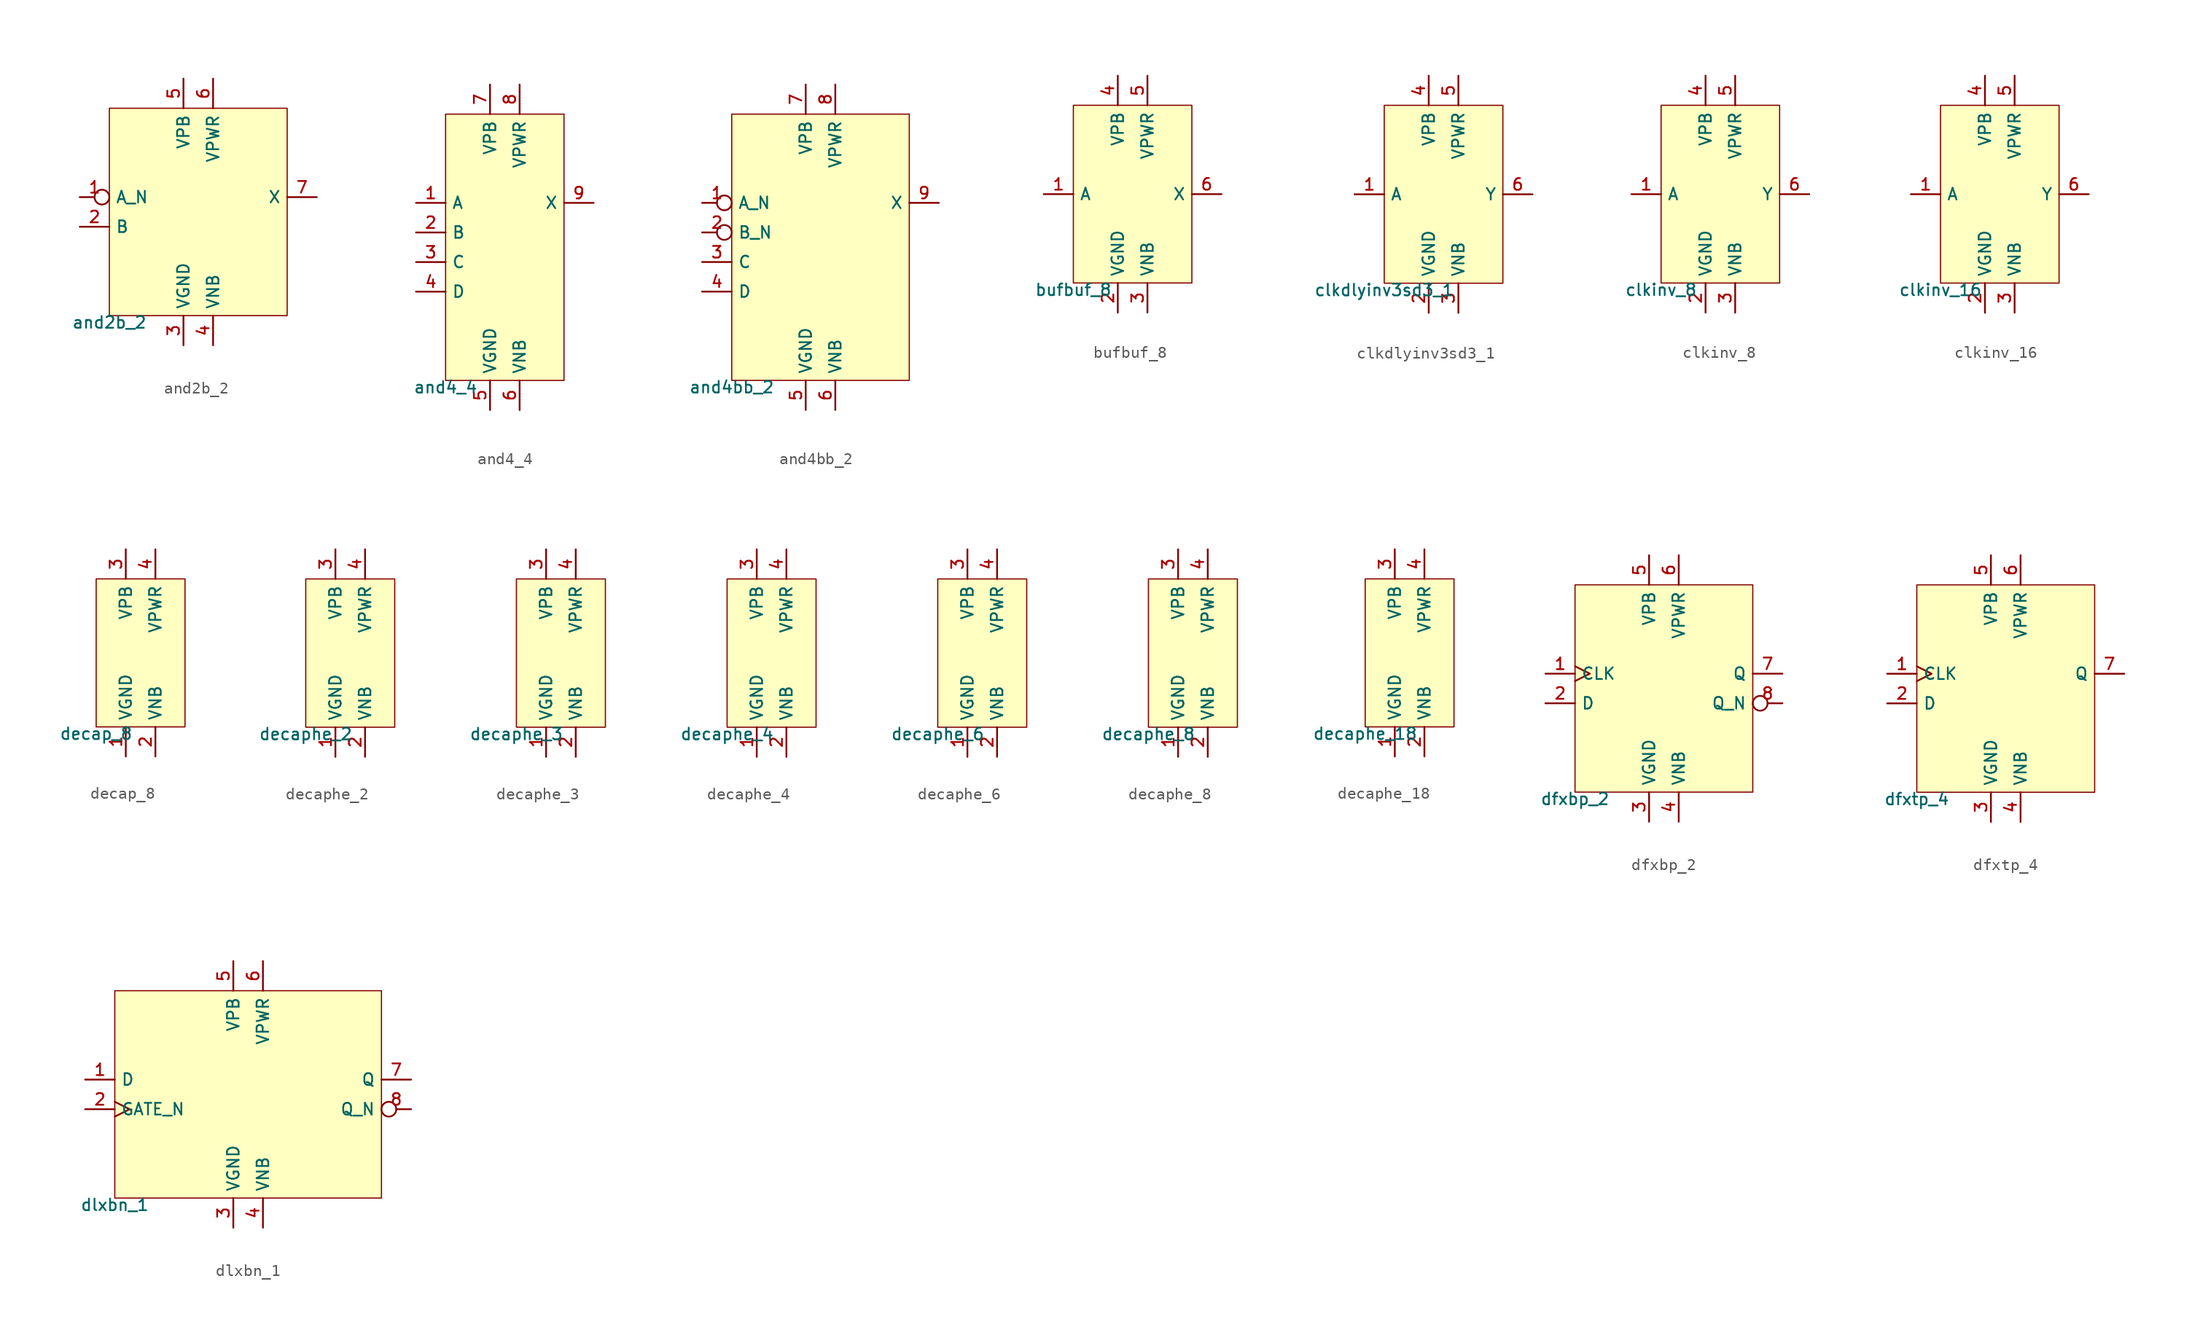
<source format=kicad_sym>
(kicad_symbol_lib
  (version 20211014)
  (generator pdk2kicad)
  (symbol "and2b_2"
    (property "Reference" "X"
      (at 0 0 0)
      (effects (font (size 1 1)) hide))
    (property "Value" "and2b_2"
      (at -7.62 -8.89 0)
      (effects (font (size 1 1)) (justify top)))
    (rectangle
      (start -7.62 -8.89)
      (end 7.62 8.89)
      (stroke (width 0.1) (type solid) (color 0 0 0 0))
      (fill (type background)))
    (pin input inverted
      (at -10.16 1.27 0)
      (length 2.54)
      (name "A_N" (effects (font (size 1 1)) hide))
      (number "1" (effects (font (size 1 1)) hide)))
    (pin input line
      (at -10.16 -1.27 0)
      (length 2.54)
      (name "B" (effects (font (size 1 1)) hide))
      (number "2" (effects (font (size 1 1)) hide)))
    (pin power_in line
      (at -1.27 -11.43 90)
      (length 2.54)
      (name "VGND" (effects (font (size 1 1)) hide))
      (number "3" (effects (font (size 1 1)) hide)))
    (pin power_in line
      (at 1.27 -11.43 90)
      (length 2.54)
      (name "VNB" (effects (font (size 1 1)) hide))
      (number "4" (effects (font (size 1 1)) hide)))
    (pin power_in line
      (at -1.27 11.43 270)
      (length 2.54)
      (name "VPB" (effects (font (size 1 1)) hide))
      (number "5" (effects (font (size 1 1)) hide)))
    (pin power_in line
      (at 1.27 11.43 270)
      (length 2.54)
      (name "VPWR" (effects (font (size 1 1)) hide))
      (number "6" (effects (font (size 1 1)) hide)))
    (pin output line
      (at 10.16 1.27 180)
      (length 2.54)
      (name "X" (effects (font (size 1 1)) hide))
      (number "7" (effects (font (size 1 1)) hide))))
  (symbol "and4_4"
    (property "Reference" "X"
      (at 0 0 0)
      (effects (font (size 1 1)) hide))
    (property "Value" "and4_4"
      (at -5.08 -11.43 0)
      (effects (font (size 1 1)) (justify top)))
    (rectangle
      (start -5.08 -11.43)
      (end 5.08 11.43)
      (stroke (width 0.1) (type solid) (color 0 0 0 0))
      (fill (type background)))
    (pin input line
      (at -7.62 3.81 0)
      (length 2.54)
      (name "A" (effects (font (size 1 1)) hide))
      (number "1" (effects (font (size 1 1)) hide)))
    (pin input line
      (at -7.62 1.27 0)
      (length 2.54)
      (name "B" (effects (font (size 1 1)) hide))
      (number "2" (effects (font (size 1 1)) hide)))
    (pin input line
      (at -7.62 -1.27 0)
      (length 2.54)
      (name "C" (effects (font (size 1 1)) hide))
      (number "3" (effects (font (size 1 1)) hide)))
    (pin input line
      (at -7.62 -3.81 0)
      (length 2.54)
      (name "D" (effects (font (size 1 1)) hide))
      (number "4" (effects (font (size 1 1)) hide)))
    (pin power_in line
      (at -1.27 -13.97 90)
      (length 2.54)
      (name "VGND" (effects (font (size 1 1)) hide))
      (number "5" (effects (font (size 1 1)) hide)))
    (pin power_in line
      (at 1.27 -13.97 90)
      (length 2.54)
      (name "VNB" (effects (font (size 1 1)) hide))
      (number "6" (effects (font (size 1 1)) hide)))
    (pin power_in line
      (at -1.27 13.97 270)
      (length 2.54)
      (name "VPB" (effects (font (size 1 1)) hide))
      (number "7" (effects (font (size 1 1)) hide)))
    (pin power_in line
      (at 1.27 13.97 270)
      (length 2.54)
      (name "VPWR" (effects (font (size 1 1)) hide))
      (number "8" (effects (font (size 1 1)) hide)))
    (pin output line
      (at 7.62 3.81 180)
      (length 2.54)
      (name "X" (effects (font (size 1 1)) hide))
      (number "9" (effects (font (size 1 1)) hide))))
  (symbol "and4bb_2"
    (property "Reference" "X"
      (at 0 0 0)
      (effects (font (size 1 1)) hide))
    (property "Value" "and4bb_2"
      (at -7.62 -11.43 0)
      (effects (font (size 1 1)) (justify top)))
    (rectangle
      (start -7.62 -11.43)
      (end 7.62 11.43)
      (stroke (width 0.1) (type solid) (color 0 0 0 0))
      (fill (type background)))
    (pin input inverted
      (at -10.16 3.81 0)
      (length 2.54)
      (name "A_N" (effects (font (size 1 1)) hide))
      (number "1" (effects (font (size 1 1)) hide)))
    (pin input inverted
      (at -10.16 1.27 0)
      (length 2.54)
      (name "B_N" (effects (font (size 1 1)) hide))
      (number "2" (effects (font (size 1 1)) hide)))
    (pin input line
      (at -10.16 -1.27 0)
      (length 2.54)
      (name "C" (effects (font (size 1 1)) hide))
      (number "3" (effects (font (size 1 1)) hide)))
    (pin input line
      (at -10.16 -3.81 0)
      (length 2.54)
      (name "D" (effects (font (size 1 1)) hide))
      (number "4" (effects (font (size 1 1)) hide)))
    (pin power_in line
      (at -1.27 -13.97 90)
      (length 2.54)
      (name "VGND" (effects (font (size 1 1)) hide))
      (number "5" (effects (font (size 1 1)) hide)))
    (pin power_in line
      (at 1.27 -13.97 90)
      (length 2.54)
      (name "VNB" (effects (font (size 1 1)) hide))
      (number "6" (effects (font (size 1 1)) hide)))
    (pin power_in line
      (at -1.27 13.97 270)
      (length 2.54)
      (name "VPB" (effects (font (size 1 1)) hide))
      (number "7" (effects (font (size 1 1)) hide)))
    (pin power_in line
      (at 1.27 13.97 270)
      (length 2.54)
      (name "VPWR" (effects (font (size 1 1)) hide))
      (number "8" (effects (font (size 1 1)) hide)))
    (pin output line
      (at 10.16 3.81 180)
      (length 2.54)
      (name "X" (effects (font (size 1 1)) hide))
      (number "9" (effects (font (size 1 1)) hide))))
  (symbol "bufbuf_8"
    (property "Reference" "X"
      (at 0 0 0)
      (effects (font (size 1 1)) hide))
    (property "Value" "bufbuf_8"
      (at -5.08 -7.62 0)
      (effects (font (size 1 1)) (justify top)))
    (rectangle
      (start -5.08 -7.62)
      (end 5.08 7.62)
      (stroke (width 0.1) (type solid) (color 0 0 0 0))
      (fill (type background)))
    (pin input line
      (at -7.62 0.0 0)
      (length 2.54)
      (name "A" (effects (font (size 1 1)) hide))
      (number "1" (effects (font (size 1 1)) hide)))
    (pin power_in line
      (at -1.27 -10.16 90)
      (length 2.54)
      (name "VGND" (effects (font (size 1 1)) hide))
      (number "2" (effects (font (size 1 1)) hide)))
    (pin power_in line
      (at 1.27 -10.16 90)
      (length 2.54)
      (name "VNB" (effects (font (size 1 1)) hide))
      (number "3" (effects (font (size 1 1)) hide)))
    (pin power_in line
      (at -1.27 10.16 270)
      (length 2.54)
      (name "VPB" (effects (font (size 1 1)) hide))
      (number "4" (effects (font (size 1 1)) hide)))
    (pin power_in line
      (at 1.27 10.16 270)
      (length 2.54)
      (name "VPWR" (effects (font (size 1 1)) hide))
      (number "5" (effects (font (size 1 1)) hide)))
    (pin output line
      (at 7.62 0.0 180)
      (length 2.54)
      (name "X" (effects (font (size 1 1)) hide))
      (number "6" (effects (font (size 1 1)) hide))))
  (symbol "clkdlyinv3sd3_1"
    (property "Reference" "X"
      (at 0 0 0)
      (effects (font (size 1 1)) hide))
    (property "Value" "clkdlyinv3sd3_1"
      (at -5.08 -7.62 0)
      (effects (font (size 1 1)) (justify top)))
    (rectangle
      (start -5.08 -7.62)
      (end 5.08 7.62)
      (stroke (width 0.1) (type solid) (color 0 0 0 0))
      (fill (type background)))
    (pin input line
      (at -7.62 0.0 0)
      (length 2.54)
      (name "A" (effects (font (size 1 1)) hide))
      (number "1" (effects (font (size 1 1)) hide)))
    (pin power_in line
      (at -1.27 -10.16 90)
      (length 2.54)
      (name "VGND" (effects (font (size 1 1)) hide))
      (number "2" (effects (font (size 1 1)) hide)))
    (pin power_in line
      (at 1.27 -10.16 90)
      (length 2.54)
      (name "VNB" (effects (font (size 1 1)) hide))
      (number "3" (effects (font (size 1 1)) hide)))
    (pin power_in line
      (at -1.27 10.16 270)
      (length 2.54)
      (name "VPB" (effects (font (size 1 1)) hide))
      (number "4" (effects (font (size 1 1)) hide)))
    (pin power_in line
      (at 1.27 10.16 270)
      (length 2.54)
      (name "VPWR" (effects (font (size 1 1)) hide))
      (number "5" (effects (font (size 1 1)) hide)))
    (pin output line
      (at 7.62 0.0 180)
      (length 2.54)
      (name "Y" (effects (font (size 1 1)) hide))
      (number "6" (effects (font (size 1 1)) hide))))
  (symbol "clkinv_8"
    (property "Reference" "X"
      (at 0 0 0)
      (effects (font (size 1 1)) hide))
    (property "Value" "clkinv_8"
      (at -5.08 -7.62 0)
      (effects (font (size 1 1)) (justify top)))
    (rectangle
      (start -5.08 -7.62)
      (end 5.08 7.62)
      (stroke (width 0.1) (type solid) (color 0 0 0 0))
      (fill (type background)))
    (pin input line
      (at -7.62 0.0 0)
      (length 2.54)
      (name "A" (effects (font (size 1 1)) hide))
      (number "1" (effects (font (size 1 1)) hide)))
    (pin power_in line
      (at -1.27 -10.16 90)
      (length 2.54)
      (name "VGND" (effects (font (size 1 1)) hide))
      (number "2" (effects (font (size 1 1)) hide)))
    (pin power_in line
      (at 1.27 -10.16 90)
      (length 2.54)
      (name "VNB" (effects (font (size 1 1)) hide))
      (number "3" (effects (font (size 1 1)) hide)))
    (pin power_in line
      (at -1.27 10.16 270)
      (length 2.54)
      (name "VPB" (effects (font (size 1 1)) hide))
      (number "4" (effects (font (size 1 1)) hide)))
    (pin power_in line
      (at 1.27 10.16 270)
      (length 2.54)
      (name "VPWR" (effects (font (size 1 1)) hide))
      (number "5" (effects (font (size 1 1)) hide)))
    (pin output line
      (at 7.62 0.0 180)
      (length 2.54)
      (name "Y" (effects (font (size 1 1)) hide))
      (number "6" (effects (font (size 1 1)) hide))))
  (symbol "clkinv_16"
    (property "Reference" "X"
      (at 0 0 0)
      (effects (font (size 1 1)) hide))
    (property "Value" "clkinv_16"
      (at -5.08 -7.62 0)
      (effects (font (size 1 1)) (justify top)))
    (rectangle
      (start -5.08 -7.62)
      (end 5.08 7.62)
      (stroke (width 0.1) (type solid) (color 0 0 0 0))
      (fill (type background)))
    (pin input line
      (at -7.62 0.0 0)
      (length 2.54)
      (name "A" (effects (font (size 1 1)) hide))
      (number "1" (effects (font (size 1 1)) hide)))
    (pin power_in line
      (at -1.27 -10.16 90)
      (length 2.54)
      (name "VGND" (effects (font (size 1 1)) hide))
      (number "2" (effects (font (size 1 1)) hide)))
    (pin power_in line
      (at 1.27 -10.16 90)
      (length 2.54)
      (name "VNB" (effects (font (size 1 1)) hide))
      (number "3" (effects (font (size 1 1)) hide)))
    (pin power_in line
      (at -1.27 10.16 270)
      (length 2.54)
      (name "VPB" (effects (font (size 1 1)) hide))
      (number "4" (effects (font (size 1 1)) hide)))
    (pin power_in line
      (at 1.27 10.16 270)
      (length 2.54)
      (name "VPWR" (effects (font (size 1 1)) hide))
      (number "5" (effects (font (size 1 1)) hide)))
    (pin output line
      (at 7.62 0.0 180)
      (length 2.54)
      (name "Y" (effects (font (size 1 1)) hide))
      (number "6" (effects (font (size 1 1)) hide))))
  (symbol "decap_8"
    (property "Reference" "X"
      (at 0 0 0)
      (effects (font (size 1 1)) hide))
    (property "Value" "decap_8"
      (at -3.81 -6.35 0)
      (effects (font (size 1 1)) (justify top)))
    (rectangle
      (start -3.81 -6.35)
      (end 3.81 6.35)
      (stroke (width 0.1) (type solid) (color 0 0 0 0))
      (fill (type background)))
    (pin power_in line
      (at -1.27 -8.89 90)
      (length 2.54)
      (name "VGND" (effects (font (size 1 1)) hide))
      (number "1" (effects (font (size 1 1)) hide)))
    (pin power_in line
      (at 1.27 -8.89 90)
      (length 2.54)
      (name "VNB" (effects (font (size 1 1)) hide))
      (number "2" (effects (font (size 1 1)) hide)))
    (pin power_in line
      (at -1.27 8.89 270)
      (length 2.54)
      (name "VPB" (effects (font (size 1 1)) hide))
      (number "3" (effects (font (size 1 1)) hide)))
    (pin power_in line
      (at 1.27 8.89 270)
      (length 2.54)
      (name "VPWR" (effects (font (size 1 1)) hide))
      (number "4" (effects (font (size 1 1)) hide))))
  (symbol "decaphe_2"
    (property "Reference" "X"
      (at 0 0 0)
      (effects (font (size 1 1)) hide))
    (property "Value" "decaphe_2"
      (at -3.81 -6.35 0)
      (effects (font (size 1 1)) (justify top)))
    (rectangle
      (start -3.81 -6.35)
      (end 3.81 6.35)
      (stroke (width 0.1) (type solid) (color 0 0 0 0))
      (fill (type background)))
    (pin power_in line
      (at -1.27 -8.89 90)
      (length 2.54)
      (name "VGND" (effects (font (size 1 1)) hide))
      (number "1" (effects (font (size 1 1)) hide)))
    (pin power_in line
      (at 1.27 -8.89 90)
      (length 2.54)
      (name "VNB" (effects (font (size 1 1)) hide))
      (number "2" (effects (font (size 1 1)) hide)))
    (pin power_in line
      (at -1.27 8.89 270)
      (length 2.54)
      (name "VPB" (effects (font (size 1 1)) hide))
      (number "3" (effects (font (size 1 1)) hide)))
    (pin power_in line
      (at 1.27 8.89 270)
      (length 2.54)
      (name "VPWR" (effects (font (size 1 1)) hide))
      (number "4" (effects (font (size 1 1)) hide))))
  (symbol "decaphe_3"
    (property "Reference" "X"
      (at 0 0 0)
      (effects (font (size 1 1)) hide))
    (property "Value" "decaphe_3"
      (at -3.81 -6.35 0)
      (effects (font (size 1 1)) (justify top)))
    (rectangle
      (start -3.81 -6.35)
      (end 3.81 6.35)
      (stroke (width 0.1) (type solid) (color 0 0 0 0))
      (fill (type background)))
    (pin power_in line
      (at -1.27 -8.89 90)
      (length 2.54)
      (name "VGND" (effects (font (size 1 1)) hide))
      (number "1" (effects (font (size 1 1)) hide)))
    (pin power_in line
      (at 1.27 -8.89 90)
      (length 2.54)
      (name "VNB" (effects (font (size 1 1)) hide))
      (number "2" (effects (font (size 1 1)) hide)))
    (pin power_in line
      (at -1.27 8.89 270)
      (length 2.54)
      (name "VPB" (effects (font (size 1 1)) hide))
      (number "3" (effects (font (size 1 1)) hide)))
    (pin power_in line
      (at 1.27 8.89 270)
      (length 2.54)
      (name "VPWR" (effects (font (size 1 1)) hide))
      (number "4" (effects (font (size 1 1)) hide))))
  (symbol "decaphe_4"
    (property "Reference" "X"
      (at 0 0 0)
      (effects (font (size 1 1)) hide))
    (property "Value" "decaphe_4"
      (at -3.81 -6.35 0)
      (effects (font (size 1 1)) (justify top)))
    (rectangle
      (start -3.81 -6.35)
      (end 3.81 6.35)
      (stroke (width 0.1) (type solid) (color 0 0 0 0))
      (fill (type background)))
    (pin power_in line
      (at -1.27 -8.89 90)
      (length 2.54)
      (name "VGND" (effects (font (size 1 1)) hide))
      (number "1" (effects (font (size 1 1)) hide)))
    (pin power_in line
      (at 1.27 -8.89 90)
      (length 2.54)
      (name "VNB" (effects (font (size 1 1)) hide))
      (number "2" (effects (font (size 1 1)) hide)))
    (pin power_in line
      (at -1.27 8.89 270)
      (length 2.54)
      (name "VPB" (effects (font (size 1 1)) hide))
      (number "3" (effects (font (size 1 1)) hide)))
    (pin power_in line
      (at 1.27 8.89 270)
      (length 2.54)
      (name "VPWR" (effects (font (size 1 1)) hide))
      (number "4" (effects (font (size 1 1)) hide))))
  (symbol "decaphe_6"
    (property "Reference" "X"
      (at 0 0 0)
      (effects (font (size 1 1)) hide))
    (property "Value" "decaphe_6"
      (at -3.81 -6.35 0)
      (effects (font (size 1 1)) (justify top)))
    (rectangle
      (start -3.81 -6.35)
      (end 3.81 6.35)
      (stroke (width 0.1) (type solid) (color 0 0 0 0))
      (fill (type background)))
    (pin power_in line
      (at -1.27 -8.89 90)
      (length 2.54)
      (name "VGND" (effects (font (size 1 1)) hide))
      (number "1" (effects (font (size 1 1)) hide)))
    (pin power_in line
      (at 1.27 -8.89 90)
      (length 2.54)
      (name "VNB" (effects (font (size 1 1)) hide))
      (number "2" (effects (font (size 1 1)) hide)))
    (pin power_in line
      (at -1.27 8.89 270)
      (length 2.54)
      (name "VPB" (effects (font (size 1 1)) hide))
      (number "3" (effects (font (size 1 1)) hide)))
    (pin power_in line
      (at 1.27 8.89 270)
      (length 2.54)
      (name "VPWR" (effects (font (size 1 1)) hide))
      (number "4" (effects (font (size 1 1)) hide))))
  (symbol "decaphe_8"
    (property "Reference" "X"
      (at 0 0 0)
      (effects (font (size 1 1)) hide))
    (property "Value" "decaphe_8"
      (at -3.81 -6.35 0)
      (effects (font (size 1 1)) (justify top)))
    (rectangle
      (start -3.81 -6.35)
      (end 3.81 6.35)
      (stroke (width 0.1) (type solid) (color 0 0 0 0))
      (fill (type background)))
    (pin power_in line
      (at -1.27 -8.89 90)
      (length 2.54)
      (name "VGND" (effects (font (size 1 1)) hide))
      (number "1" (effects (font (size 1 1)) hide)))
    (pin power_in line
      (at 1.27 -8.89 90)
      (length 2.54)
      (name "VNB" (effects (font (size 1 1)) hide))
      (number "2" (effects (font (size 1 1)) hide)))
    (pin power_in line
      (at -1.27 8.89 270)
      (length 2.54)
      (name "VPB" (effects (font (size 1 1)) hide))
      (number "3" (effects (font (size 1 1)) hide)))
    (pin power_in line
      (at 1.27 8.89 270)
      (length 2.54)
      (name "VPWR" (effects (font (size 1 1)) hide))
      (number "4" (effects (font (size 1 1)) hide))))
  (symbol "decaphe_18"
    (property "Reference" "X"
      (at 0 0 0)
      (effects (font (size 1 1)) hide))
    (property "Value" "decaphe_18"
      (at -3.81 -6.35 0)
      (effects (font (size 1 1)) (justify top)))
    (rectangle
      (start -3.81 -6.35)
      (end 3.81 6.35)
      (stroke (width 0.1) (type solid) (color 0 0 0 0))
      (fill (type background)))
    (pin power_in line
      (at -1.27 -8.89 90)
      (length 2.54)
      (name "VGND" (effects (font (size 1 1)) hide))
      (number "1" (effects (font (size 1 1)) hide)))
    (pin power_in line
      (at 1.27 -8.89 90)
      (length 2.54)
      (name "VNB" (effects (font (size 1 1)) hide))
      (number "2" (effects (font (size 1 1)) hide)))
    (pin power_in line
      (at -1.27 8.89 270)
      (length 2.54)
      (name "VPB" (effects (font (size 1 1)) hide))
      (number "3" (effects (font (size 1 1)) hide)))
    (pin power_in line
      (at 1.27 8.89 270)
      (length 2.54)
      (name "VPWR" (effects (font (size 1 1)) hide))
      (number "4" (effects (font (size 1 1)) hide))))
  (symbol "dfxbp_2"
    (property "Reference" "X"
      (at 0 0 0)
      (effects (font (size 1 1)) hide))
    (property "Value" "dfxbp_2"
      (at -7.62 -8.89 0)
      (effects (font (size 1 1)) (justify top)))
    (rectangle
      (start -7.62 -8.89)
      (end 7.62 8.89)
      (stroke (width 0.1) (type solid) (color 0 0 0 0))
      (fill (type background)))
    (pin input clock
      (at -10.16 1.27 0)
      (length 2.54)
      (name "CLK" (effects (font (size 1 1)) hide))
      (number "1" (effects (font (size 1 1)) hide)))
    (pin input line
      (at -10.16 -1.27 0)
      (length 2.54)
      (name "D" (effects (font (size 1 1)) hide))
      (number "2" (effects (font (size 1 1)) hide)))
    (pin power_in line
      (at -1.27 -11.43 90)
      (length 2.54)
      (name "VGND" (effects (font (size 1 1)) hide))
      (number "3" (effects (font (size 1 1)) hide)))
    (pin power_in line
      (at 1.27 -11.43 90)
      (length 2.54)
      (name "VNB" (effects (font (size 1 1)) hide))
      (number "4" (effects (font (size 1 1)) hide)))
    (pin power_in line
      (at -1.27 11.43 270)
      (length 2.54)
      (name "VPB" (effects (font (size 1 1)) hide))
      (number "5" (effects (font (size 1 1)) hide)))
    (pin power_in line
      (at 1.27 11.43 270)
      (length 2.54)
      (name "VPWR" (effects (font (size 1 1)) hide))
      (number "6" (effects (font (size 1 1)) hide)))
    (pin output line
      (at 10.16 1.27 180)
      (length 2.54)
      (name "Q" (effects (font (size 1 1)) hide))
      (number "7" (effects (font (size 1 1)) hide)))
    (pin output inverted
      (at 10.16 -1.27 180)
      (length 2.54)
      (name "Q_N" (effects (font (size 1 1)) hide))
      (number "8" (effects (font (size 1 1)) hide))))
  (symbol "dfxtp_4"
    (property "Reference" "X"
      (at 0 0 0)
      (effects (font (size 1 1)) hide))
    (property "Value" "dfxtp_4"
      (at -7.62 -8.89 0)
      (effects (font (size 1 1)) (justify top)))
    (rectangle
      (start -7.62 -8.89)
      (end 7.62 8.89)
      (stroke (width 0.1) (type solid) (color 0 0 0 0))
      (fill (type background)))
    (pin input clock
      (at -10.16 1.27 0)
      (length 2.54)
      (name "CLK" (effects (font (size 1 1)) hide))
      (number "1" (effects (font (size 1 1)) hide)))
    (pin input line
      (at -10.16 -1.27 0)
      (length 2.54)
      (name "D" (effects (font (size 1 1)) hide))
      (number "2" (effects (font (size 1 1)) hide)))
    (pin power_in line
      (at -1.27 -11.43 90)
      (length 2.54)
      (name "VGND" (effects (font (size 1 1)) hide))
      (number "3" (effects (font (size 1 1)) hide)))
    (pin power_in line
      (at 1.27 -11.43 90)
      (length 2.54)
      (name "VNB" (effects (font (size 1 1)) hide))
      (number "4" (effects (font (size 1 1)) hide)))
    (pin power_in line
      (at -1.27 11.43 270)
      (length 2.54)
      (name "VPB" (effects (font (size 1 1)) hide))
      (number "5" (effects (font (size 1 1)) hide)))
    (pin power_in line
      (at 1.27 11.43 270)
      (length 2.54)
      (name "VPWR" (effects (font (size 1 1)) hide))
      (number "6" (effects (font (size 1 1)) hide)))
    (pin output line
      (at 10.16 1.27 180)
      (length 2.54)
      (name "Q" (effects (font (size 1 1)) hide))
      (number "7" (effects (font (size 1 1)) hide))))
  (symbol "dlxbn_1"
    (property "Reference" "X"
      (at 0 0 0)
      (effects (font (size 1 1)) hide))
    (property "Value" "dlxbn_1"
      (at -11.43 -8.89 0)
      (effects (font (size 1 1)) (justify top)))
    (rectangle
      (start -11.43 -8.89)
      (end 11.43 8.89)
      (stroke (width 0.1) (type solid) (color 0 0 0 0))
      (fill (type background)))
    (pin input line
      (at -13.97 1.27 0)
      (length 2.54)
      (name "D" (effects (font (size 1 1)) hide))
      (number "1" (effects (font (size 1 1)) hide)))
    (pin input clock
      (at -13.97 -1.27 0)
      (length 2.54)
      (name "GATE_N" (effects (font (size 1 1)) hide))
      (number "2" (effects (font (size 1 1)) hide)))
    (pin power_in line
      (at -1.27 -11.43 90)
      (length 2.54)
      (name "VGND" (effects (font (size 1 1)) hide))
      (number "3" (effects (font (size 1 1)) hide)))
    (pin power_in line
      (at 1.27 -11.43 90)
      (length 2.54)
      (name "VNB" (effects (font (size 1 1)) hide))
      (number "4" (effects (font (size 1 1)) hide)))
    (pin power_in line
      (at -1.27 11.43 270)
      (length 2.54)
      (name "VPB" (effects (font (size 1 1)) hide))
      (number "5" (effects (font (size 1 1)) hide)))
    (pin power_in line
      (at 1.27 11.43 270)
      (length 2.54)
      (name "VPWR" (effects (font (size 1 1)) hide))
      (number "6" (effects (font (size 1 1)) hide)))
    (pin output line
      (at 13.97 1.27 180)
      (length 2.54)
      (name "Q" (effects (font (size 1 1)) hide))
      (number "7" (effects (font (size 1 1)) hide)))
    (pin output inverted
      (at 13.97 -1.27 180)
      (length 2.54)
      (name "Q_N" (effects (font (size 1 1)) hide))
      (number "8" (effects (font (size 1 1)) hide)))))
</source>
